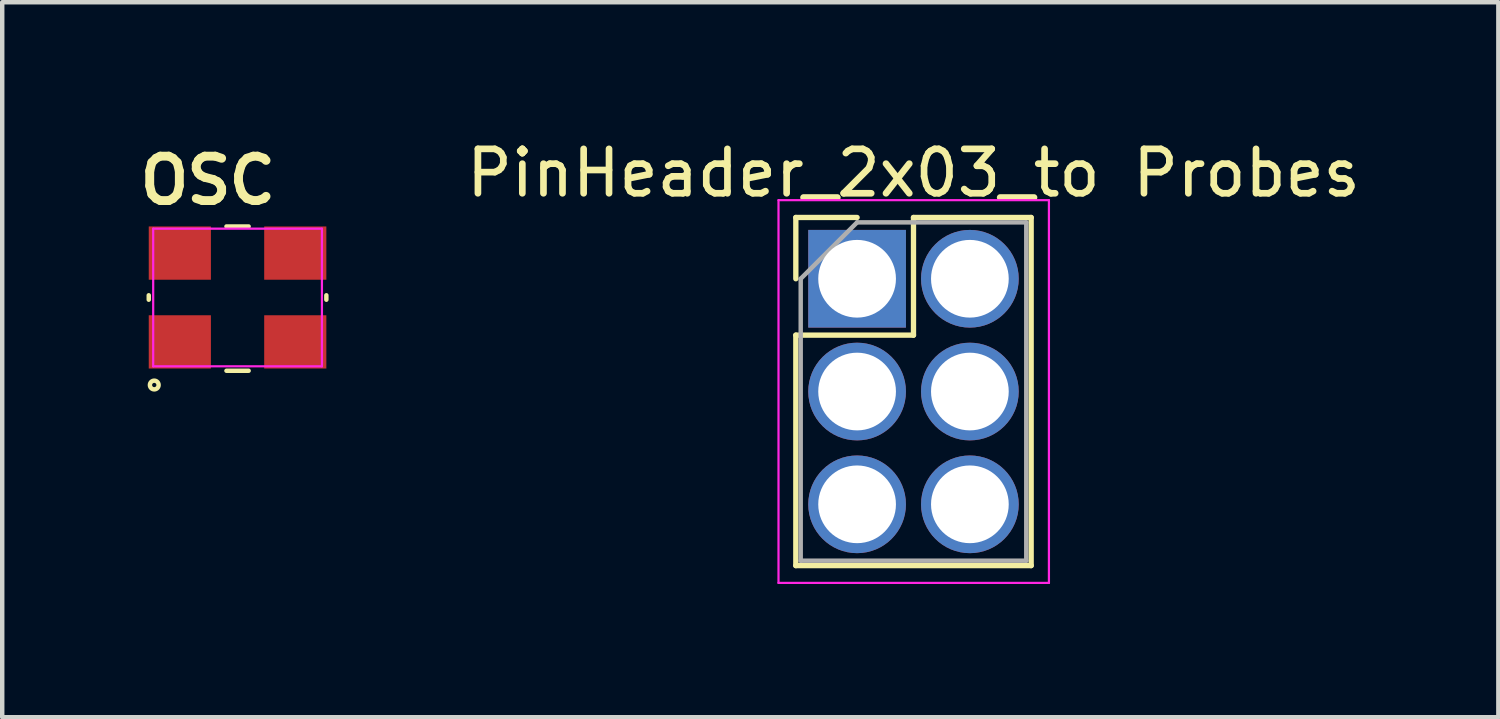
<source format=kicad_pcb>
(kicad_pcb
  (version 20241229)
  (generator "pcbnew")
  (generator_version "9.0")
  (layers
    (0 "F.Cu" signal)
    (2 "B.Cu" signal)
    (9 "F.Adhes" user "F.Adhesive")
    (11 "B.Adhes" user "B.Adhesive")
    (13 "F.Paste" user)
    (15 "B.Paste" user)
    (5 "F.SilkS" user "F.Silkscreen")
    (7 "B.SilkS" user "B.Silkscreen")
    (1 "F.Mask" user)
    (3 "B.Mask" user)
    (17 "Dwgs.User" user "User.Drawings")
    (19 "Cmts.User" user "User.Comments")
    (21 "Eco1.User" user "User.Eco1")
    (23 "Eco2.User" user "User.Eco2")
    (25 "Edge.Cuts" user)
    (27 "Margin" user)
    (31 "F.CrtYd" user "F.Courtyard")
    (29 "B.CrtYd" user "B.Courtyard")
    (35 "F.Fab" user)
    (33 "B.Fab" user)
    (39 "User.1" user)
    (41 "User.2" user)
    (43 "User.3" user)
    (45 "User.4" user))
  (footprint "PinHeader_2x03_to Probes"
    (layer "F.Cu")
    (at 16.253 3.228)
    (property "Reference" "PinHeader_2x03_to Probes" (at 1.27 -2.38 0) (layer "F.SilkS") (effects (font (size 1 1) (thickness 0.15))))
    (attr through_hole)
    (fp_line (start -1.38 -1.38) (end 0 -1.38) (stroke (width 0.12) (type solid)) (layer "F.SilkS"))
    (fp_line (start -1.38 0) (end -1.38 -1.38) (stroke (width 0.12) (type solid)) (layer "F.SilkS"))
    (fp_line (start -1.38 1.27) (end -1.38 6.46) (stroke (width 0.12) (type solid)) (layer "F.SilkS"))
    (fp_line (start -1.38 1.27) (end 1.27 1.27) (stroke (width 0.12) (type solid)) (layer "F.SilkS"))
    (fp_line (start -1.38 6.46) (end 3.92 6.46) (stroke (width 0.12) (type solid)) (layer "F.SilkS"))
    (fp_line (start 1.27 -1.38) (end 3.92 -1.38) (stroke (width 0.12) (type solid)) (layer "F.SilkS"))
    (fp_line (start 1.27 1.27) (end 1.27 -1.38) (stroke (width 0.12) (type solid)) (layer "F.SilkS"))
    (fp_line (start 3.92 -1.38) (end 3.92 6.46) (stroke (width 0.12) (type solid)) (layer "F.SilkS"))
    (fp_line (start -1.77 -1.77) (end -1.77 6.85) (stroke (width 0.05) (type solid)) (layer "F.CrtYd"))
    (fp_line (start -1.77 6.85) (end 4.32 6.85) (stroke (width 0.05) (type solid)) (layer "F.CrtYd"))
    (fp_line (start 4.32 -1.77) (end -1.77 -1.77) (stroke (width 0.05) (type solid)) (layer "F.CrtYd"))
    (fp_line (start 4.32 6.85) (end 4.32 -1.77) (stroke (width 0.05) (type solid)) (layer "F.CrtYd"))
    (fp_line (start -1.27 0) (end 0 -1.27) (stroke (width 0.1) (type solid)) (layer "F.Fab"))
    (fp_line (start -1.27 6.35) (end -1.27 0) (stroke (width 0.1) (type solid)) (layer "F.Fab"))
    (fp_line (start 0 -1.27) (end 3.81 -1.27) (stroke (width 0.1) (type solid)) (layer "F.Fab"))
    (fp_line (start 3.81 -1.27) (end 3.81 6.35) (stroke (width 0.1) (type solid)) (layer "F.Fab"))
    (fp_line (start 3.81 6.35) (end -1.27 6.35) (stroke (width 0.1) (type solid)) (layer "F.Fab"))
    (pad "1" thru_hole rect (at 0 0) (size 2.2 2.2) (drill 1.75) (layers "*.Cu" "*.Mask"))
    (pad "2" thru_hole circle (at 2.54 0) (size 2.2 2.2) (drill 1.75) (layers "*.Cu" "*.Mask"))
    (pad "3" thru_hole circle (at 0 2.54) (size 2.2 2.2) (drill 1.75) (layers "*.Cu" "*.Mask"))
    (pad "4" thru_hole circle (at 2.54 2.54) (size 2.2 2.2) (drill 1.75) (layers "*.Cu" "*.Mask"))
    (pad "5" thru_hole circle (at 0 5.08) (size 2.2 2.2) (drill 1.75) (layers "*.Cu" "*.Mask"))
    (pad "6" thru_hole circle (at 2.54 5.08) (size 2.2 2.2) (drill 1.75) (layers "*.Cu" "*.Mask")))
  (footprint "OSC"
    (layer "F.Cu")
    (at 2.3 3.65)
    (property "Reference" "OSC" (at -2.3 -2.05 0) (unlocked yes) (layer "F.SilkS") (effects (font (size 1 1) (thickness 0.2)) (justify left bottom)))
    (fp_line (start -2 -0.05) (end -2 0.05) (stroke (width 0.1) (type solid)) (layer "F.SilkS"))
    (fp_line (start 0.25 -1.6) (end -0.25 -1.6) (stroke (width 0.1) (type solid)) (layer "F.SilkS"))
    (fp_line (start 0.25 1.65) (end -0.25 1.65) (stroke (width 0.1) (type solid)) (layer "F.SilkS"))
    (fp_line (start 2 -0.05) (end 2 0.05) (stroke (width 0.1) (type solid)) (layer "F.SilkS"))
    (fp_circle (center -1.876 1.971) (end -1.779 1.955) (stroke (width 0.1) (type solid)) (fill no) (layer "F.SilkS"))
    (fp_line (start -1.9 -1.55) (end -1.9 1.55) (stroke (width 0.05) (type solid)) (layer "F.CrtYd"))
    (fp_line (start 1.9 -1.55) (end -1.9 -1.55) (stroke (width 0.05) (type solid)) (layer "F.CrtYd"))
    (fp_line (start 1.9 -1.55) (end 1.9 1.55) (stroke (width 0.05) (type solid)) (layer "F.CrtYd"))
    (fp_line (start 1.9 1.55) (end -1.9 1.55) (stroke (width 0.05) (type solid)) (layer "F.CrtYd"))
    (pad "1" smd rect (at -1.3 1 180) (size 1.4 1.2) (layers "F.Cu" "F.Mask" "F.Paste"))
    (pad "2" smd rect (at 1.3 1 180) (size 1.4 1.2) (layers "F.Cu" "F.Mask" "F.Paste"))
    (pad "3" smd rect (at 1.3 -1 180) (size 1.4 1.2) (layers "F.Cu" "F.Mask" "F.Paste"))
    (pad "4" smd rect (at -1.3 -1 180) (size 1.4 1.2) (layers "F.Cu" "F.Mask" "F.Paste")))
  (gr_rect
    (start -3 -3)
    (end 30.695 13.103)
    (stroke (width 0.1) (type default))
    (fill no)
    (layer "Edge.Cuts")))
</source>
